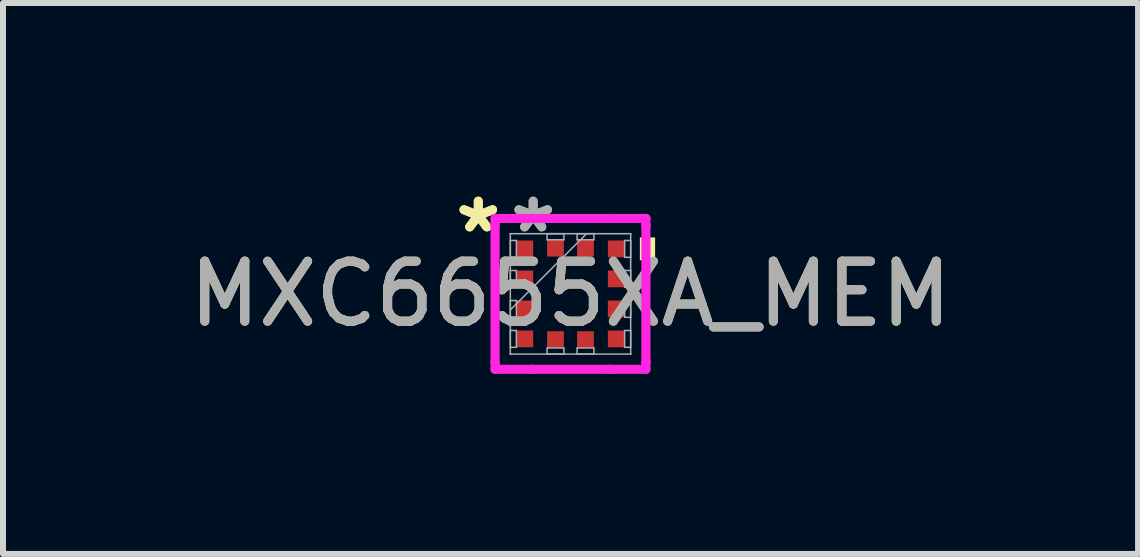
<source format=kicad_pcb>
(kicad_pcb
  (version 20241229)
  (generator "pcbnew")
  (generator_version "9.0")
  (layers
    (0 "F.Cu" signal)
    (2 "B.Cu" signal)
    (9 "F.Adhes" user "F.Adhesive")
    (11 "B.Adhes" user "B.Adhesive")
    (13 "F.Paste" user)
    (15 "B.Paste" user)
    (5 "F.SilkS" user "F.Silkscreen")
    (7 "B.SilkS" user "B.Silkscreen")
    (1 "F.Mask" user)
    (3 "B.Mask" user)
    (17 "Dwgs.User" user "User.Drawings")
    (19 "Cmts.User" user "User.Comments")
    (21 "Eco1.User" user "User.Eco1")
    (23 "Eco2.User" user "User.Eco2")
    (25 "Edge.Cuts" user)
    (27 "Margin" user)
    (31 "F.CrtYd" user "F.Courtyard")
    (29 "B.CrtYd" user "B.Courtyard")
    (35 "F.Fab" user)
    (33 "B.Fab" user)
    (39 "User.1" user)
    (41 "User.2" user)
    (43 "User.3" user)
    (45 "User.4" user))
  (footprint "MXC6655XA_MEM"
    (layer "F.Cu")
    (at 6.458 1.848)
    (property "Reference" "MXC6655XA_MEM" (at 0 0 0) (unlocked yes) (layer "F.SilkS") (effects (font (size 1 1) (thickness 0.15))))
    (attr smd)
    (fp_poly (pts (xy 1.41 -0.941) (xy 1.41 -0.56) (xy 1.156 -0.56) (xy 1.156 -0.941)) (stroke (width 0) (type solid)) (fill yes) (layer "F.SilkS"))
    (fp_line (start -1.257 -1.257) (end -0.644 -1.257) (stroke (width 0.152) (type solid)) (layer "F.CrtYd"))
    (fp_line (start -1.257 -1.144) (end -1.257 -1.257) (stroke (width 0.152) (type solid)) (layer "F.CrtYd"))
    (fp_line (start -1.257 -1.144) (end -1.257 -1.144) (stroke (width 0.152) (type solid)) (layer "F.CrtYd"))
    (fp_line (start -1.257 1.144) (end -1.257 -1.144) (stroke (width 0.152) (type solid)) (layer "F.CrtYd"))
    (fp_line (start -1.257 1.144) (end -1.257 1.144) (stroke (width 0.152) (type solid)) (layer "F.CrtYd"))
    (fp_line (start -1.257 1.257) (end -1.257 1.144) (stroke (width 0.152) (type solid)) (layer "F.CrtYd"))
    (fp_line (start -0.644 -1.257) (end -0.644 -1.257) (stroke (width 0.152) (type solid)) (layer "F.CrtYd"))
    (fp_line (start -0.644 -1.257) (end 0.644 -1.257) (stroke (width 0.152) (type solid)) (layer "F.CrtYd"))
    (fp_line (start -0.644 1.257) (end -1.257 1.257) (stroke (width 0.152) (type solid)) (layer "F.CrtYd"))
    (fp_line (start -0.644 1.257) (end -0.644 1.257) (stroke (width 0.152) (type solid)) (layer "F.CrtYd"))
    (fp_line (start 0.644 -1.257) (end 0.644 -1.257) (stroke (width 0.152) (type solid)) (layer "F.CrtYd"))
    (fp_line (start 0.644 -1.257) (end 1.257 -1.257) (stroke (width 0.152) (type solid)) (layer "F.CrtYd"))
    (fp_line (start 0.644 1.257) (end -0.644 1.257) (stroke (width 0.152) (type solid)) (layer "F.CrtYd"))
    (fp_line (start 0.644 1.257) (end 0.644 1.257) (stroke (width 0.152) (type solid)) (layer "F.CrtYd"))
    (fp_line (start 1.257 -1.257) (end 1.257 -1.144) (stroke (width 0.152) (type solid)) (layer "F.CrtYd"))
    (fp_line (start 1.257 -1.144) (end 1.257 -1.144) (stroke (width 0.152) (type solid)) (layer "F.CrtYd"))
    (fp_line (start 1.257 -1.144) (end 1.257 1.144) (stroke (width 0.152) (type solid)) (layer "F.CrtYd"))
    (fp_line (start 1.257 1.144) (end 1.257 1.144) (stroke (width 0.152) (type solid)) (layer "F.CrtYd"))
    (fp_line (start 1.257 1.144) (end 1.257 1.257) (stroke (width 0.152) (type solid)) (layer "F.CrtYd"))
    (fp_line (start 1.257 1.257) (end 0.644 1.257) (stroke (width 0.152) (type solid)) (layer "F.CrtYd"))
    (fp_line (start -1.003 -1.003) (end -1.003 -1.003) (stroke (width 0.025) (type solid)) (layer "F.Fab"))
    (fp_line (start -1.003 -1.003) (end -1.003 1.003) (stroke (width 0.025) (type solid)) (layer "F.Fab"))
    (fp_line (start -1.003 -0.89) (end -0.902 -0.89) (stroke (width 0.025) (type solid)) (layer "F.Fab"))
    (fp_line (start -1.003 -0.61) (end -1.003 -0.89) (stroke (width 0.025) (type solid)) (layer "F.Fab"))
    (fp_line (start -1.003 -0.39) (end -0.902 -0.39) (stroke (width 0.025) (type solid)) (layer "F.Fab"))
    (fp_line (start -1.003 -0.11) (end -1.003 -0.39) (stroke (width 0.025) (type solid)) (layer "F.Fab"))
    (fp_line (start -1.003 0.11) (end -0.902 0.11) (stroke (width 0.025) (type solid)) (layer "F.Fab"))
    (fp_line (start -1.003 0.267) (end 0.267 -1.003) (stroke (width 0.025) (type solid)) (layer "F.Fab"))
    (fp_line (start -1.003 0.39) (end -1.003 0.11) (stroke (width 0.025) (type solid)) (layer "F.Fab"))
    (fp_line (start -1.003 0.61) (end -0.902 0.61) (stroke (width 0.025) (type solid)) (layer "F.Fab"))
    (fp_line (start -1.003 0.89) (end -1.003 0.61) (stroke (width 0.025) (type solid)) (layer "F.Fab"))
    (fp_line (start -1.003 1.003) (end -1.003 1.003) (stroke (width 0.025) (type solid)) (layer "F.Fab"))
    (fp_line (start -1.003 1.003) (end 1.003 1.003) (stroke (width 0.025) (type solid)) (layer "F.Fab"))
    (fp_line (start -0.902 -0.89) (end -0.902 -0.61) (stroke (width 0.025) (type solid)) (layer "F.Fab"))
    (fp_line (start -0.902 -0.61) (end -1.003 -0.61) (stroke (width 0.025) (type solid)) (layer "F.Fab"))
    (fp_line (start -0.902 -0.39) (end -0.902 -0.11) (stroke (width 0.025) (type solid)) (layer "F.Fab"))
    (fp_line (start -0.902 -0.11) (end -1.003 -0.11) (stroke (width 0.025) (type solid)) (layer "F.Fab"))
    (fp_line (start -0.902 0.11) (end -0.902 0.39) (stroke (width 0.025) (type solid)) (layer "F.Fab"))
    (fp_line (start -0.902 0.39) (end -1.003 0.39) (stroke (width 0.025) (type solid)) (layer "F.Fab"))
    (fp_line (start -0.902 0.61) (end -0.902 0.89) (stroke (width 0.025) (type solid)) (layer "F.Fab"))
    (fp_line (start -0.902 0.89) (end -1.003 0.89) (stroke (width 0.025) (type solid)) (layer "F.Fab"))
    (fp_line (start -0.39 -1.003) (end -0.11 -1.003) (stroke (width 0.025) (type solid)) (layer "F.Fab"))
    (fp_line (start -0.39 -0.902) (end -0.39 -1.003) (stroke (width 0.025) (type solid)) (layer "F.Fab"))
    (fp_line (start -0.39 0.902) (end -0.11 0.902) (stroke (width 0.025) (type solid)) (layer "F.Fab"))
    (fp_line (start -0.39 1.003) (end -0.39 0.902) (stroke (width 0.025) (type solid)) (layer "F.Fab"))
    (fp_line (start -0.11 -1.003) (end -0.11 -0.902) (stroke (width 0.025) (type solid)) (layer "F.Fab"))
    (fp_line (start -0.11 -0.902) (end -0.39 -0.902) (stroke (width 0.025) (type solid)) (layer "F.Fab"))
    (fp_line (start -0.11 0.902) (end -0.11 1.003) (stroke (width 0.025) (type solid)) (layer "F.Fab"))
    (fp_line (start -0.11 1.003) (end -0.39 1.003) (stroke (width 0.025) (type solid)) (layer "F.Fab"))
    (fp_line (start 0.11 -1.003) (end 0.39 -1.003) (stroke (width 0.025) (type solid)) (layer "F.Fab"))
    (fp_line (start 0.11 -0.902) (end 0.11 -1.003) (stroke (width 0.025) (type solid)) (layer "F.Fab"))
    (fp_line (start 0.11 0.902) (end 0.39 0.902) (stroke (width 0.025) (type solid)) (layer "F.Fab"))
    (fp_line (start 0.11 1.003) (end 0.11 0.902) (stroke (width 0.025) (type solid)) (layer "F.Fab"))
    (fp_line (start 0.39 -1.003) (end 0.39 -0.902) (stroke (width 0.025) (type solid)) (layer "F.Fab"))
    (fp_line (start 0.39 -0.902) (end 0.11 -0.902) (stroke (width 0.025) (type solid)) (layer "F.Fab"))
    (fp_line (start 0.39 0.902) (end 0.39 1.003) (stroke (width 0.025) (type solid)) (layer "F.Fab"))
    (fp_line (start 0.39 1.003) (end 0.11 1.003) (stroke (width 0.025) (type solid)) (layer "F.Fab"))
    (fp_line (start 0.902 -0.89) (end 1.003 -0.89) (stroke (width 0.025) (type solid)) (layer "F.Fab"))
    (fp_line (start 0.902 -0.61) (end 0.902 -0.89) (stroke (width 0.025) (type solid)) (layer "F.Fab"))
    (fp_line (start 0.902 -0.39) (end 1.003 -0.39) (stroke (width 0.025) (type solid)) (layer "F.Fab"))
    (fp_line (start 0.902 -0.11) (end 0.902 -0.39) (stroke (width 0.025) (type solid)) (layer "F.Fab"))
    (fp_line (start 0.902 0.11) (end 1.003 0.11) (stroke (width 0.025) (type solid)) (layer "F.Fab"))
    (fp_line (start 0.902 0.39) (end 0.902 0.11) (stroke (width 0.025) (type solid)) (layer "F.Fab"))
    (fp_line (start 0.902 0.61) (end 1.003 0.61) (stroke (width 0.025) (type solid)) (layer "F.Fab"))
    (fp_line (start 0.902 0.89) (end 0.902 0.61) (stroke (width 0.025) (type solid)) (layer "F.Fab"))
    (fp_line (start 1.003 -1.003) (end -1.003 -1.003) (stroke (width 0.025) (type solid)) (layer "F.Fab"))
    (fp_line (start 1.003 -1.003) (end 1.003 -1.003) (stroke (width 0.025) (type solid)) (layer "F.Fab"))
    (fp_line (start 1.003 -0.89) (end 1.003 -0.61) (stroke (width 0.025) (type solid)) (layer "F.Fab"))
    (fp_line (start 1.003 -0.61) (end 0.902 -0.61) (stroke (width 0.025) (type solid)) (layer "F.Fab"))
    (fp_line (start 1.003 -0.39) (end 1.003 -0.11) (stroke (width 0.025) (type solid)) (layer "F.Fab"))
    (fp_line (start 1.003 -0.11) (end 0.902 -0.11) (stroke (width 0.025) (type solid)) (layer "F.Fab"))
    (fp_line (start 1.003 0.11) (end 1.003 0.39) (stroke (width 0.025) (type solid)) (layer "F.Fab"))
    (fp_line (start 1.003 0.39) (end 0.902 0.39) (stroke (width 0.025) (type solid)) (layer "F.Fab"))
    (fp_line (start 1.003 0.61) (end 1.003 0.89) (stroke (width 0.025) (type solid)) (layer "F.Fab"))
    (fp_line (start 1.003 0.89) (end 0.902 0.89) (stroke (width 0.025) (type solid)) (layer "F.Fab"))
    (fp_line (start 1.003 1.003) (end 1.003 -1.003) (stroke (width 0.025) (type solid)) (layer "F.Fab"))
    (fp_line (start 1.003 1.003) (end 1.003 1.003) (stroke (width 0.025) (type solid)) (layer "F.Fab"))
    (fp_text user "*" (at -1.537 -1 0) (layer "F.SilkS") (effects (font (size 1 1) (thickness 0.15))))
    (fp_text user "*" (at -1.537 -1 0) (unlocked yes) (layer "F.SilkS") (effects (font (size 1 1) (thickness 0.15))))
    (fp_text user "*" (at -0.622 -1 0) (unlocked yes) (layer "F.Fab") (effects (font (size 1 1) (thickness 0.15))))
    (fp_text user "*" (at -0.622 -1 0) (layer "F.Fab") (effects (font (size 1 1) (thickness 0.15))))
    (fp_text user "${REFERENCE}" (at 0 0 0) (unlocked yes) (layer "F.Fab") (effects (font (size 1 1) (thickness 0.15))))
    (pad "1" smd rect (at -0.762 -0.75 90) (size 0.279 0.279) (layers "F.Cu" "F.Mask" "F.Paste"))
    (pad "2" smd rect (at -0.762 -0.25 90) (size 0.279 0.279) (layers "F.Cu" "F.Mask" "F.Paste"))
    (pad "3" smd rect (at -0.762 0.25 90) (size 0.279 0.279) (layers "F.Cu" "F.Mask" "F.Paste"))
    (pad "4" smd rect (at -0.762 0.75 90) (size 0.279 0.279) (layers "F.Cu" "F.Mask" "F.Paste"))
    (pad "5" smd rect (at -0.25 0.762) (size 0.279 0.279) (layers "F.Cu" "F.Mask" "F.Paste"))
    (pad "6" smd rect (at 0.25 0.762) (size 0.279 0.279) (layers "F.Cu" "F.Mask" "F.Paste"))
    (pad "7" smd rect (at 0.762 0.75 90) (size 0.279 0.279) (layers "F.Cu" "F.Mask" "F.Paste"))
    (pad "8" smd rect (at 0.762 0.25 90) (size 0.279 0.279) (layers "F.Cu" "F.Mask" "F.Paste"))
    (pad "9" smd rect (at 0.762 -0.25 90) (size 0.279 0.279) (layers "F.Cu" "F.Mask" "F.Paste"))
    (pad "10" smd rect (at 0.762 -0.75 90) (size 0.279 0.279) (layers "F.Cu" "F.Mask" "F.Paste"))
    (pad "11" smd rect (at 0.25 -0.762) (size 0.279 0.279) (layers "F.Cu" "F.Mask" "F.Paste"))
    (pad "12" smd rect (at -0.25 -0.762) (size 0.279 0.279) (layers "F.Cu" "F.Mask" "F.Paste")))
  (gr_rect
    (start -3 -3)
    (end 15.917 6.182)
    (stroke (width 0.1) (type default))
    (fill no)
    (layer "Edge.Cuts")))
</source>
